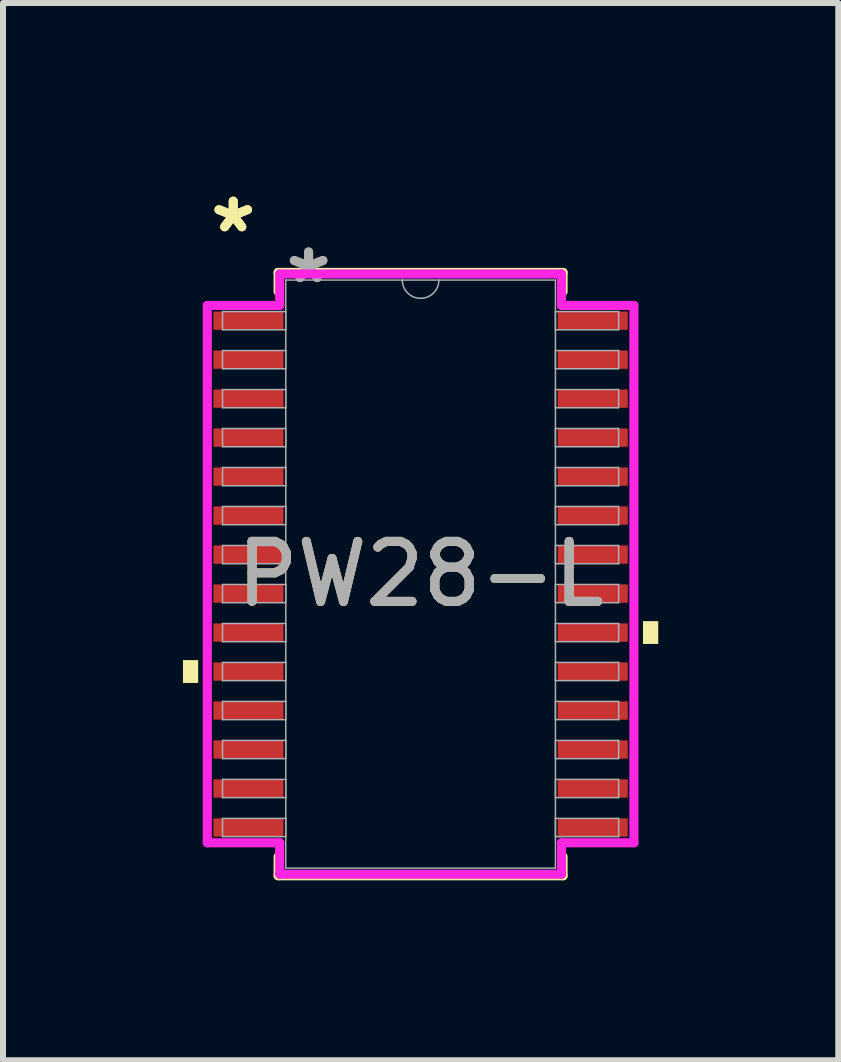
<source format=kicad_pcb>
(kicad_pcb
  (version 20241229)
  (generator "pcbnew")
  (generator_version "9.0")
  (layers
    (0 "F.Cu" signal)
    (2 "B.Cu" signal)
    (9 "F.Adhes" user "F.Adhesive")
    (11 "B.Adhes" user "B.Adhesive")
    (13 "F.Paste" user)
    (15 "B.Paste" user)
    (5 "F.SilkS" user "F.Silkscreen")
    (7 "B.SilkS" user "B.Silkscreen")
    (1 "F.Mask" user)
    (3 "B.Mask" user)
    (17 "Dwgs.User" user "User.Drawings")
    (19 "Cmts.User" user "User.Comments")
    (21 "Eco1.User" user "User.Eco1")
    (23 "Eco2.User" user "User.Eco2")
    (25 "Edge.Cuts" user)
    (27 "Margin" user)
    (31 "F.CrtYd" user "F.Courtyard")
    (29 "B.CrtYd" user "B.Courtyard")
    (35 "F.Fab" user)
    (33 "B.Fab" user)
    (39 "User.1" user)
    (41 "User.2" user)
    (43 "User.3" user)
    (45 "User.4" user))
  (footprint "PW28-L"
    (layer "F.Cu")
    (at 3.962 6.521)
    (property "Reference" "PW28-L" (at 0 0 0) (unlocked yes) (layer "F.SilkS") (effects (font (size 1 1) (thickness 0.15))))
    (attr smd)
    (fp_line (start -2.375 -5.029) (end -2.375 -4.71) (stroke (width 0.152) (type solid)) (layer "F.SilkS"))
    (fp_line (start -2.375 4.71) (end -2.375 5.029) (stroke (width 0.152) (type solid)) (layer "F.SilkS"))
    (fp_line (start -2.375 5.029) (end 2.375 5.029) (stroke (width 0.152) (type solid)) (layer "F.SilkS"))
    (fp_line (start 2.375 -5.029) (end -2.375 -5.029) (stroke (width 0.152) (type solid)) (layer "F.SilkS"))
    (fp_line (start 2.375 -4.71) (end 2.375 -5.029) (stroke (width 0.152) (type solid)) (layer "F.SilkS"))
    (fp_line (start 2.375 5.029) (end 2.375 4.71) (stroke (width 0.152) (type solid)) (layer "F.SilkS"))
    (fp_poly (pts (xy -3.962 1.434) (xy -3.962 1.815) (xy -3.708 1.815) (xy -3.708 1.434)) (stroke (width 0) (type solid)) (fill yes) (layer "F.SilkS"))
    (fp_poly (pts (xy 3.962 0.784) (xy 3.962 1.165) (xy 3.708 1.165) (xy 3.708 0.784)) (stroke (width 0) (type solid)) (fill yes) (layer "F.SilkS"))
    (fp_line (start -3.556 -4.479) (end -2.349 -4.479) (stroke (width 0.152) (type solid)) (layer "F.CrtYd"))
    (fp_line (start -3.556 4.479) (end -3.556 -4.479) (stroke (width 0.152) (type solid)) (layer "F.CrtYd"))
    (fp_line (start -3.556 4.479) (end -2.349 4.479) (stroke (width 0.152) (type solid)) (layer "F.CrtYd"))
    (fp_line (start -2.349 -5.004) (end 2.349 -5.004) (stroke (width 0.152) (type solid)) (layer "F.CrtYd"))
    (fp_line (start -2.349 -4.479) (end -2.349 -5.004) (stroke (width 0.152) (type solid)) (layer "F.CrtYd"))
    (fp_line (start -2.349 5.004) (end -2.349 4.479) (stroke (width 0.152) (type solid)) (layer "F.CrtYd"))
    (fp_line (start 2.349 -5.004) (end 2.349 -4.479) (stroke (width 0.152) (type solid)) (layer "F.CrtYd"))
    (fp_line (start 2.349 4.479) (end 2.349 5.004) (stroke (width 0.152) (type solid)) (layer "F.CrtYd"))
    (fp_line (start 2.349 5.004) (end -2.349 5.004) (stroke (width 0.152) (type solid)) (layer "F.CrtYd"))
    (fp_line (start 3.556 -4.479) (end 2.349 -4.479) (stroke (width 0.152) (type solid)) (layer "F.CrtYd"))
    (fp_line (start 3.556 -4.479) (end 3.556 4.479) (stroke (width 0.152) (type solid)) (layer "F.CrtYd"))
    (fp_line (start 3.556 4.479) (end 2.349 4.479) (stroke (width 0.152) (type solid)) (layer "F.CrtYd"))
    (fp_line (start -3.302 -4.377) (end -3.302 -4.073) (stroke (width 0.025) (type solid)) (layer "F.Fab"))
    (fp_line (start -3.302 -4.073) (end -2.248 -4.073) (stroke (width 0.025) (type solid)) (layer "F.Fab"))
    (fp_line (start -3.302 -3.727) (end -3.302 -3.423) (stroke (width 0.025) (type solid)) (layer "F.Fab"))
    (fp_line (start -3.302 -3.423) (end -2.248 -3.423) (stroke (width 0.025) (type solid)) (layer "F.Fab"))
    (fp_line (start -3.302 -3.077) (end -3.302 -2.773) (stroke (width 0.025) (type solid)) (layer "F.Fab"))
    (fp_line (start -3.302 -2.773) (end -2.248 -2.773) (stroke (width 0.025) (type solid)) (layer "F.Fab"))
    (fp_line (start -3.302 -2.427) (end -3.302 -2.123) (stroke (width 0.025) (type solid)) (layer "F.Fab"))
    (fp_line (start -3.302 -2.123) (end -2.248 -2.123) (stroke (width 0.025) (type solid)) (layer "F.Fab"))
    (fp_line (start -3.302 -1.777) (end -3.302 -1.473) (stroke (width 0.025) (type solid)) (layer "F.Fab"))
    (fp_line (start -3.302 -1.473) (end -2.248 -1.473) (stroke (width 0.025) (type solid)) (layer "F.Fab"))
    (fp_line (start -3.302 -1.127) (end -3.302 -0.823) (stroke (width 0.025) (type solid)) (layer "F.Fab"))
    (fp_line (start -3.302 -0.823) (end -2.248 -0.823) (stroke (width 0.025) (type solid)) (layer "F.Fab"))
    (fp_line (start -3.302 -0.477) (end -3.302 -0.173) (stroke (width 0.025) (type solid)) (layer "F.Fab"))
    (fp_line (start -3.302 -0.173) (end -2.248 -0.173) (stroke (width 0.025) (type solid)) (layer "F.Fab"))
    (fp_line (start -3.302 0.173) (end -3.302 0.477) (stroke (width 0.025) (type solid)) (layer "F.Fab"))
    (fp_line (start -3.302 0.477) (end -2.248 0.477) (stroke (width 0.025) (type solid)) (layer "F.Fab"))
    (fp_line (start -3.302 0.823) (end -3.302 1.127) (stroke (width 0.025) (type solid)) (layer "F.Fab"))
    (fp_line (start -3.302 1.127) (end -2.248 1.127) (stroke (width 0.025) (type solid)) (layer "F.Fab"))
    (fp_line (start -3.302 1.473) (end -3.302 1.777) (stroke (width 0.025) (type solid)) (layer "F.Fab"))
    (fp_line (start -3.302 1.777) (end -2.248 1.777) (stroke (width 0.025) (type solid)) (layer "F.Fab"))
    (fp_line (start -3.302 2.123) (end -3.302 2.427) (stroke (width 0.025) (type solid)) (layer "F.Fab"))
    (fp_line (start -3.302 2.427) (end -2.248 2.427) (stroke (width 0.025) (type solid)) (layer "F.Fab"))
    (fp_line (start -3.302 2.773) (end -3.302 3.077) (stroke (width 0.025) (type solid)) (layer "F.Fab"))
    (fp_line (start -3.302 3.077) (end -2.248 3.077) (stroke (width 0.025) (type solid)) (layer "F.Fab"))
    (fp_line (start -3.302 3.423) (end -3.302 3.727) (stroke (width 0.025) (type solid)) (layer "F.Fab"))
    (fp_line (start -3.302 3.727) (end -2.248 3.727) (stroke (width 0.025) (type solid)) (layer "F.Fab"))
    (fp_line (start -3.302 4.073) (end -3.302 4.377) (stroke (width 0.025) (type solid)) (layer "F.Fab"))
    (fp_line (start -3.302 4.377) (end -2.248 4.377) (stroke (width 0.025) (type solid)) (layer "F.Fab"))
    (fp_line (start -2.248 -4.902) (end -2.248 4.902) (stroke (width 0.025) (type solid)) (layer "F.Fab"))
    (fp_line (start -2.248 -4.377) (end -3.302 -4.377) (stroke (width 0.025) (type solid)) (layer "F.Fab"))
    (fp_line (start -2.248 -4.073) (end -2.248 -4.377) (stroke (width 0.025) (type solid)) (layer "F.Fab"))
    (fp_line (start -2.248 -3.727) (end -3.302 -3.727) (stroke (width 0.025) (type solid)) (layer "F.Fab"))
    (fp_line (start -2.248 -3.423) (end -2.248 -3.727) (stroke (width 0.025) (type solid)) (layer "F.Fab"))
    (fp_line (start -2.248 -3.077) (end -3.302 -3.077) (stroke (width 0.025) (type solid)) (layer "F.Fab"))
    (fp_line (start -2.248 -2.773) (end -2.248 -3.077) (stroke (width 0.025) (type solid)) (layer "F.Fab"))
    (fp_line (start -2.248 -2.427) (end -3.302 -2.427) (stroke (width 0.025) (type solid)) (layer "F.Fab"))
    (fp_line (start -2.248 -2.123) (end -2.248 -2.427) (stroke (width 0.025) (type solid)) (layer "F.Fab"))
    (fp_line (start -2.248 -1.777) (end -3.302 -1.777) (stroke (width 0.025) (type solid)) (layer "F.Fab"))
    (fp_line (start -2.248 -1.473) (end -2.248 -1.777) (stroke (width 0.025) (type solid)) (layer "F.Fab"))
    (fp_line (start -2.248 -1.127) (end -3.302 -1.127) (stroke (width 0.025) (type solid)) (layer "F.Fab"))
    (fp_line (start -2.248 -0.823) (end -2.248 -1.127) (stroke (width 0.025) (type solid)) (layer "F.Fab"))
    (fp_line (start -2.248 -0.477) (end -3.302 -0.477) (stroke (width 0.025) (type solid)) (layer "F.Fab"))
    (fp_line (start -2.248 -0.173) (end -2.248 -0.477) (stroke (width 0.025) (type solid)) (layer "F.Fab"))
    (fp_line (start -2.248 0.173) (end -3.302 0.173) (stroke (width 0.025) (type solid)) (layer "F.Fab"))
    (fp_line (start -2.248 0.477) (end -2.248 0.173) (stroke (width 0.025) (type solid)) (layer "F.Fab"))
    (fp_line (start -2.248 0.823) (end -3.302 0.823) (stroke (width 0.025) (type solid)) (layer "F.Fab"))
    (fp_line (start -2.248 1.127) (end -2.248 0.823) (stroke (width 0.025) (type solid)) (layer "F.Fab"))
    (fp_line (start -2.248 1.473) (end -3.302 1.473) (stroke (width 0.025) (type solid)) (layer "F.Fab"))
    (fp_line (start -2.248 1.777) (end -2.248 1.473) (stroke (width 0.025) (type solid)) (layer "F.Fab"))
    (fp_line (start -2.248 2.123) (end -3.302 2.123) (stroke (width 0.025) (type solid)) (layer "F.Fab"))
    (fp_line (start -2.248 2.427) (end -2.248 2.123) (stroke (width 0.025) (type solid)) (layer "F.Fab"))
    (fp_line (start -2.248 2.773) (end -3.302 2.773) (stroke (width 0.025) (type solid)) (layer "F.Fab"))
    (fp_line (start -2.248 3.077) (end -2.248 2.773) (stroke (width 0.025) (type solid)) (layer "F.Fab"))
    (fp_line (start -2.248 3.423) (end -3.302 3.423) (stroke (width 0.025) (type solid)) (layer "F.Fab"))
    (fp_line (start -2.248 3.727) (end -2.248 3.423) (stroke (width 0.025) (type solid)) (layer "F.Fab"))
    (fp_line (start -2.248 4.073) (end -3.302 4.073) (stroke (width 0.025) (type solid)) (layer "F.Fab"))
    (fp_line (start -2.248 4.377) (end -2.248 4.073) (stroke (width 0.025) (type solid)) (layer "F.Fab"))
    (fp_line (start -2.248 4.902) (end 2.248 4.902) (stroke (width 0.025) (type solid)) (layer "F.Fab"))
    (fp_line (start 2.248 -4.902) (end -2.248 -4.902) (stroke (width 0.025) (type solid)) (layer "F.Fab"))
    (fp_line (start 2.248 -4.377) (end 2.248 -4.073) (stroke (width 0.025) (type solid)) (layer "F.Fab"))
    (fp_line (start 2.248 -4.073) (end 3.302 -4.073) (stroke (width 0.025) (type solid)) (layer "F.Fab"))
    (fp_line (start 2.248 -3.727) (end 2.248 -3.423) (stroke (width 0.025) (type solid)) (layer "F.Fab"))
    (fp_line (start 2.248 -3.423) (end 3.302 -3.423) (stroke (width 0.025) (type solid)) (layer "F.Fab"))
    (fp_line (start 2.248 -3.077) (end 2.248 -2.773) (stroke (width 0.025) (type solid)) (layer "F.Fab"))
    (fp_line (start 2.248 -2.773) (end 3.302 -2.773) (stroke (width 0.025) (type solid)) (layer "F.Fab"))
    (fp_line (start 2.248 -2.427) (end 2.248 -2.123) (stroke (width 0.025) (type solid)) (layer "F.Fab"))
    (fp_line (start 2.248 -2.123) (end 3.302 -2.123) (stroke (width 0.025) (type solid)) (layer "F.Fab"))
    (fp_line (start 2.248 -1.777) (end 2.248 -1.473) (stroke (width 0.025) (type solid)) (layer "F.Fab"))
    (fp_line (start 2.248 -1.473) (end 3.302 -1.473) (stroke (width 0.025) (type solid)) (layer "F.Fab"))
    (fp_line (start 2.248 -1.127) (end 2.248 -0.823) (stroke (width 0.025) (type solid)) (layer "F.Fab"))
    (fp_line (start 2.248 -0.823) (end 3.302 -0.823) (stroke (width 0.025) (type solid)) (layer "F.Fab"))
    (fp_line (start 2.248 -0.477) (end 2.248 -0.173) (stroke (width 0.025) (type solid)) (layer "F.Fab"))
    (fp_line (start 2.248 -0.173) (end 3.302 -0.173) (stroke (width 0.025) (type solid)) (layer "F.Fab"))
    (fp_line (start 2.248 0.173) (end 2.248 0.477) (stroke (width 0.025) (type solid)) (layer "F.Fab"))
    (fp_line (start 2.248 0.477) (end 3.302 0.477) (stroke (width 0.025) (type solid)) (layer "F.Fab"))
    (fp_line (start 2.248 0.823) (end 2.248 1.127) (stroke (width 0.025) (type solid)) (layer "F.Fab"))
    (fp_line (start 2.248 1.127) (end 3.302 1.127) (stroke (width 0.025) (type solid)) (layer "F.Fab"))
    (fp_line (start 2.248 1.473) (end 2.248 1.777) (stroke (width 0.025) (type solid)) (layer "F.Fab"))
    (fp_line (start 2.248 1.777) (end 3.302 1.777) (stroke (width 0.025) (type solid)) (layer "F.Fab"))
    (fp_line (start 2.248 2.123) (end 2.248 2.427) (stroke (width 0.025) (type solid)) (layer "F.Fab"))
    (fp_line (start 2.248 2.427) (end 3.302 2.427) (stroke (width 0.025) (type solid)) (layer "F.Fab"))
    (fp_line (start 2.248 2.773) (end 2.248 3.077) (stroke (width 0.025) (type solid)) (layer "F.Fab"))
    (fp_line (start 2.248 3.077) (end 3.302 3.077) (stroke (width 0.025) (type solid)) (layer "F.Fab"))
    (fp_line (start 2.248 3.423) (end 2.248 3.727) (stroke (width 0.025) (type solid)) (layer "F.Fab"))
    (fp_line (start 2.248 3.727) (end 3.302 3.727) (stroke (width 0.025) (type solid)) (layer "F.Fab"))
    (fp_line (start 2.248 4.073) (end 2.248 4.377) (stroke (width 0.025) (type solid)) (layer "F.Fab"))
    (fp_line (start 2.248 4.377) (end 3.302 4.377) (stroke (width 0.025) (type solid)) (layer "F.Fab"))
    (fp_line (start 2.248 4.902) (end 2.248 -4.902) (stroke (width 0.025) (type solid)) (layer "F.Fab"))
    (fp_line (start 3.302 -4.377) (end 2.248 -4.377) (stroke (width 0.025) (type solid)) (layer "F.Fab"))
    (fp_line (start 3.302 -4.073) (end 3.302 -4.377) (stroke (width 0.025) (type solid)) (layer "F.Fab"))
    (fp_line (start 3.302 -3.727) (end 2.248 -3.727) (stroke (width 0.025) (type solid)) (layer "F.Fab"))
    (fp_line (start 3.302 -3.423) (end 3.302 -3.727) (stroke (width 0.025) (type solid)) (layer "F.Fab"))
    (fp_line (start 3.302 -3.077) (end 2.248 -3.077) (stroke (width 0.025) (type solid)) (layer "F.Fab"))
    (fp_line (start 3.302 -2.773) (end 3.302 -3.077) (stroke (width 0.025) (type solid)) (layer "F.Fab"))
    (fp_line (start 3.302 -2.427) (end 2.248 -2.427) (stroke (width 0.025) (type solid)) (layer "F.Fab"))
    (fp_line (start 3.302 -2.123) (end 3.302 -2.427) (stroke (width 0.025) (type solid)) (layer "F.Fab"))
    (fp_line (start 3.302 -1.777) (end 2.248 -1.777) (stroke (width 0.025) (type solid)) (layer "F.Fab"))
    (fp_line (start 3.302 -1.473) (end 3.302 -1.777) (stroke (width 0.025) (type solid)) (layer "F.Fab"))
    (fp_line (start 3.302 -1.127) (end 2.248 -1.127) (stroke (width 0.025) (type solid)) (layer "F.Fab"))
    (fp_line (start 3.302 -0.823) (end 3.302 -1.127) (stroke (width 0.025) (type solid)) (layer "F.Fab"))
    (fp_line (start 3.302 -0.477) (end 2.248 -0.477) (stroke (width 0.025) (type solid)) (layer "F.Fab"))
    (fp_line (start 3.302 -0.173) (end 3.302 -0.477) (stroke (width 0.025) (type solid)) (layer "F.Fab"))
    (fp_line (start 3.302 0.173) (end 2.248 0.173) (stroke (width 0.025) (type solid)) (layer "F.Fab"))
    (fp_line (start 3.302 0.477) (end 3.302 0.173) (stroke (width 0.025) (type solid)) (layer "F.Fab"))
    (fp_line (start 3.302 0.823) (end 2.248 0.823) (stroke (width 0.025) (type solid)) (layer "F.Fab"))
    (fp_line (start 3.302 1.127) (end 3.302 0.823) (stroke (width 0.025) (type solid)) (layer "F.Fab"))
    (fp_line (start 3.302 1.473) (end 2.248 1.473) (stroke (width 0.025) (type solid)) (layer "F.Fab"))
    (fp_line (start 3.302 1.777) (end 3.302 1.473) (stroke (width 0.025) (type solid)) (layer "F.Fab"))
    (fp_line (start 3.302 2.123) (end 2.248 2.123) (stroke (width 0.025) (type solid)) (layer "F.Fab"))
    (fp_line (start 3.302 2.427) (end 3.302 2.123) (stroke (width 0.025) (type solid)) (layer "F.Fab"))
    (fp_line (start 3.302 2.773) (end 2.248 2.773) (stroke (width 0.025) (type solid)) (layer "F.Fab"))
    (fp_line (start 3.302 3.077) (end 3.302 2.773) (stroke (width 0.025) (type solid)) (layer "F.Fab"))
    (fp_line (start 3.302 3.423) (end 2.248 3.423) (stroke (width 0.025) (type solid)) (layer "F.Fab"))
    (fp_line (start 3.302 3.727) (end 3.302 3.423) (stroke (width 0.025) (type solid)) (layer "F.Fab"))
    (fp_line (start 3.302 4.073) (end 2.248 4.073) (stroke (width 0.025) (type solid)) (layer "F.Fab"))
    (fp_line (start 3.302 4.377) (end 3.302 4.073) (stroke (width 0.025) (type solid)) (layer "F.Fab"))
    (fp_arc (start 0.3048 -4.9022) (mid 0 -4.5974) (end -0.3048 -4.9022) (stroke (width 0.0254) (type solid)) (layer "F.Fab"))
    (fp_text user "*" (at -3.124 -5.673 0) (layer "F.SilkS") (effects (font (size 1 1) (thickness 0.15))))
    (fp_text user "*" (at -3.124 -5.673 0) (unlocked yes) (layer "F.SilkS") (effects (font (size 1 1) (thickness 0.15))))
    (fp_text user "${REFERENCE}" (at 0 0 0) (unlocked yes) (layer "F.Fab") (effects (font (size 1 1) (thickness 0.15))))
    (fp_text user "*" (at -1.867 -4.826 0) (unlocked yes) (layer "F.Fab") (effects (font (size 1 1) (thickness 0.15))))
    (fp_text user "*" (at -1.867 -4.826 0) (layer "F.Fab") (effects (font (size 1 1) (thickness 0.15))))
    (pad "1" smd rect (at -2.87 -4.225) (size 1.168 0.305) (layers "F.Cu" "F.Mask" "F.Paste"))
    (pad "2" smd rect (at -2.87 -3.575) (size 1.168 0.305) (layers "F.Cu" "F.Mask" "F.Paste"))
    (pad "3" smd rect (at -2.87 -2.925) (size 1.168 0.305) (layers "F.Cu" "F.Mask" "F.Paste"))
    (pad "4" smd rect (at -2.87 -2.275) (size 1.168 0.305) (layers "F.Cu" "F.Mask" "F.Paste"))
    (pad "5" smd rect (at -2.87 -1.625) (size 1.168 0.305) (layers "F.Cu" "F.Mask" "F.Paste"))
    (pad "6" smd rect (at -2.87 -0.975) (size 1.168 0.305) (layers "F.Cu" "F.Mask" "F.Paste"))
    (pad "7" smd rect (at -2.87 -0.325) (size 1.168 0.305) (layers "F.Cu" "F.Mask" "F.Paste"))
    (pad "8" smd rect (at -2.87 0.325) (size 1.168 0.305) (layers "F.Cu" "F.Mask" "F.Paste"))
    (pad "9" smd rect (at -2.87 0.975) (size 1.168 0.305) (layers "F.Cu" "F.Mask" "F.Paste"))
    (pad "10" smd rect (at -2.87 1.625) (size 1.168 0.305) (layers "F.Cu" "F.Mask" "F.Paste"))
    (pad "11" smd rect (at -2.87 2.275) (size 1.168 0.305) (layers "F.Cu" "F.Mask" "F.Paste"))
    (pad "12" smd rect (at -2.87 2.925) (size 1.168 0.305) (layers "F.Cu" "F.Mask" "F.Paste"))
    (pad "13" smd rect (at -2.87 3.575) (size 1.168 0.305) (layers "F.Cu" "F.Mask" "F.Paste"))
    (pad "14" smd rect (at -2.87 4.225) (size 1.168 0.305) (layers "F.Cu" "F.Mask" "F.Paste"))
    (pad "15" smd rect (at 2.87 4.225) (size 1.168 0.305) (layers "F.Cu" "F.Mask" "F.Paste"))
    (pad "16" smd rect (at 2.87 3.575) (size 1.168 0.305) (layers "F.Cu" "F.Mask" "F.Paste"))
    (pad "17" smd rect (at 2.87 2.925) (size 1.168 0.305) (layers "F.Cu" "F.Mask" "F.Paste"))
    (pad "18" smd rect (at 2.87 2.275) (size 1.168 0.305) (layers "F.Cu" "F.Mask" "F.Paste"))
    (pad "19" smd rect (at 2.87 1.625) (size 1.168 0.305) (layers "F.Cu" "F.Mask" "F.Paste"))
    (pad "20" smd rect (at 2.87 0.975) (size 1.168 0.305) (layers "F.Cu" "F.Mask" "F.Paste"))
    (pad "21" smd rect (at 2.87 0.325) (size 1.168 0.305) (layers "F.Cu" "F.Mask" "F.Paste"))
    (pad "22" smd rect (at 2.87 -0.325) (size 1.168 0.305) (layers "F.Cu" "F.Mask" "F.Paste"))
    (pad "23" smd rect (at 2.87 -0.975) (size 1.168 0.305) (layers "F.Cu" "F.Mask" "F.Paste"))
    (pad "24" smd rect (at 2.87 -1.625) (size 1.168 0.305) (layers "F.Cu" "F.Mask" "F.Paste"))
    (pad "25" smd rect (at 2.87 -2.275) (size 1.168 0.305) (layers "F.Cu" "F.Mask" "F.Paste"))
    (pad "26" smd rect (at 2.87 -2.925) (size 1.168 0.305) (layers "F.Cu" "F.Mask" "F.Paste"))
    (pad "27" smd rect (at 2.87 -3.575) (size 1.168 0.305) (layers "F.Cu" "F.Mask" "F.Paste"))
    (pad "28" smd rect (at 2.87 -4.225) (size 1.168 0.305) (layers "F.Cu" "F.Mask" "F.Paste")))
  (gr_rect
    (start -3 -3)
    (end 10.925 14.626)
    (stroke (width 0.1) (type default))
    (fill no)
    (layer "Edge.Cuts")))
</source>
